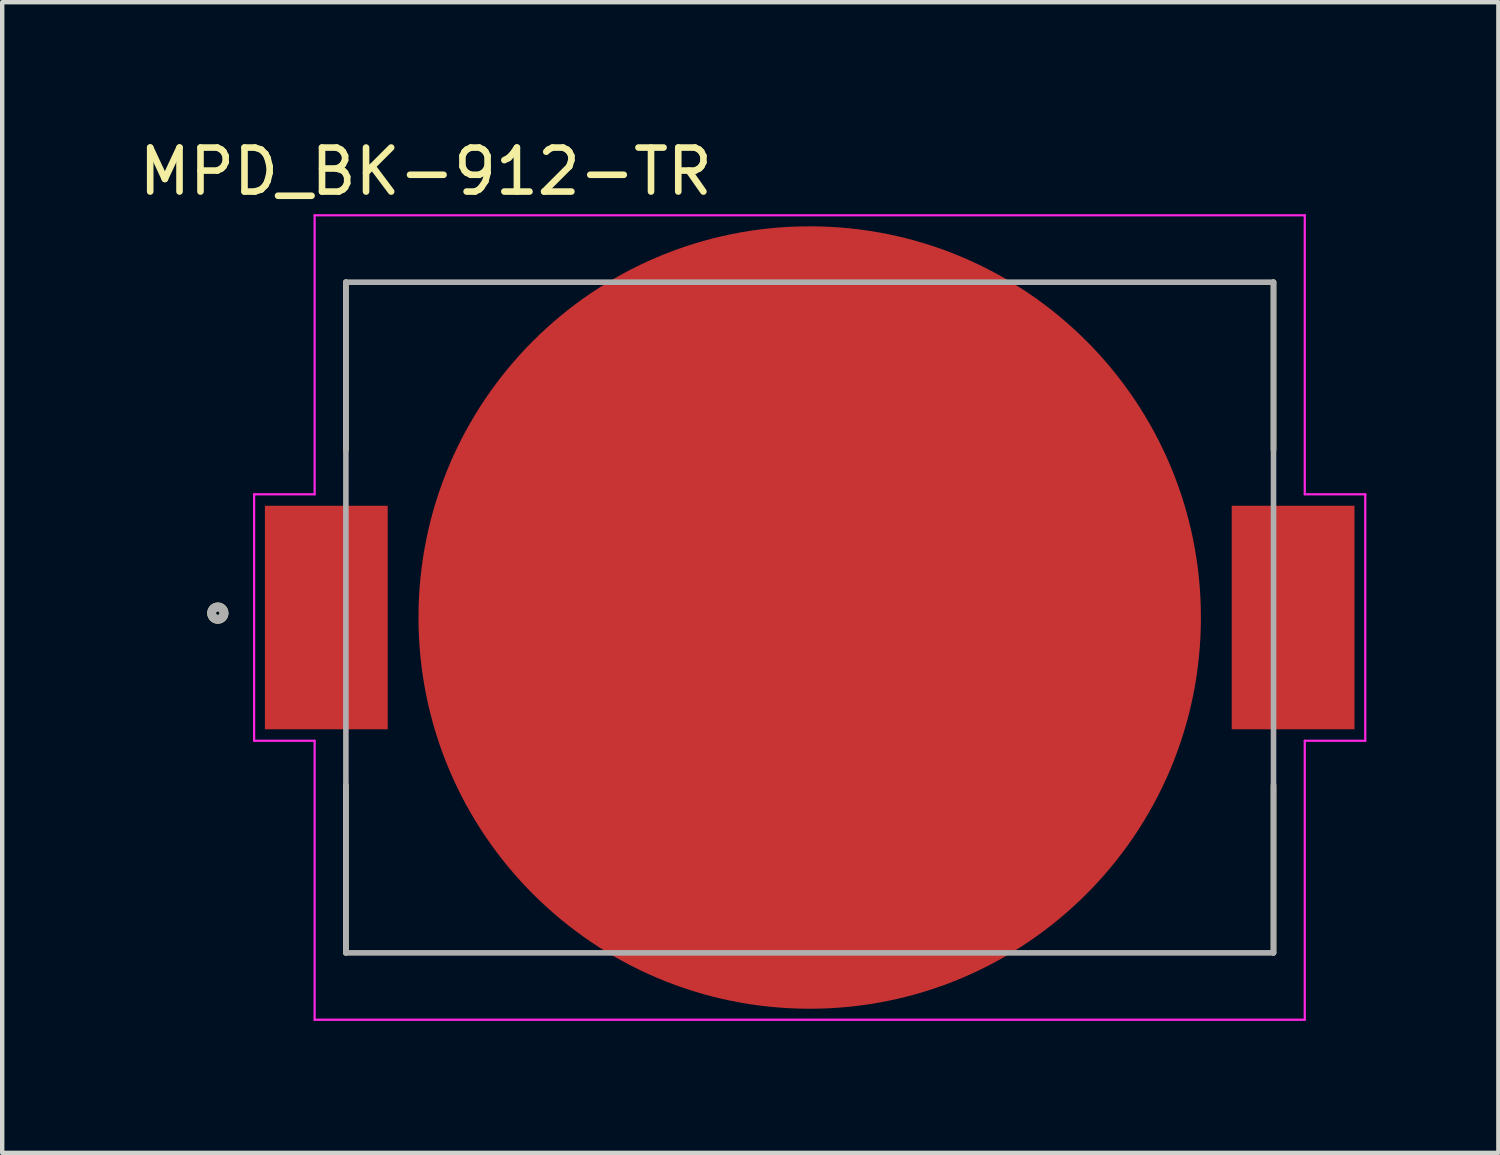
<source format=kicad_pcb>
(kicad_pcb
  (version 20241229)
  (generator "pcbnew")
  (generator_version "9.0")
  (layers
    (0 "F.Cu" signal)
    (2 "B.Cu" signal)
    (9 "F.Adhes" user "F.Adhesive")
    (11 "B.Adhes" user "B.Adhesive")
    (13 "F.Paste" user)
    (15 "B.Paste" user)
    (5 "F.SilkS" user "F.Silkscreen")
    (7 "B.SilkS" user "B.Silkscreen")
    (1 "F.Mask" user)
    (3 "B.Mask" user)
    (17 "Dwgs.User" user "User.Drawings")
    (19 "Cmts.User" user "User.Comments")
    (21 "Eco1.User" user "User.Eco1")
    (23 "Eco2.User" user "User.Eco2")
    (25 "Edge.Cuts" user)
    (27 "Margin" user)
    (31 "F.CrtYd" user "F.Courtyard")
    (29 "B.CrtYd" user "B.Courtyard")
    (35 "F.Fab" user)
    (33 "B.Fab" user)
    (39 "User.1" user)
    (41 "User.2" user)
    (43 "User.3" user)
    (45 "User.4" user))
  (footprint "MPD_BK-912-TR"
    (layer "F.Cu")
    (at 15.35 10.983)
    (property "Reference" "MPD_BK-912-TR" (at -8.725 -10.135 0) (layer "F.SilkS") (effects (font (size 1 1) (thickness 0.15))))
    (attr through_hole)
    (fp_line (start -10.54 -3.81) (end -10.54 -7.62) (stroke (width 0.127) (type solid)) (layer "F.SilkS"))
    (fp_line (start -10.54 7.62) (end -10.54 3.81) (stroke (width 0.127) (type solid)) (layer "F.SilkS"))
    (fp_line (start 10.54 -7.62) (end 10.54 -3.81) (stroke (width 0.127) (type solid)) (layer "F.SilkS"))
    (fp_line (start 10.54 3.81) (end 10.54 7.62) (stroke (width 0.127) (type solid)) (layer "F.SilkS"))
    (fp_circle (center -13.45 -0.1) (end -13.309 -0.1) (stroke (width 0.2) (type solid)) (fill no) (layer "F.SilkS"))
    (fp_line (start -12.625 -2.8) (end -11.25 -2.8) (stroke (width 0.05) (type solid)) (layer "F.CrtYd"))
    (fp_line (start -12.625 2.8) (end -12.625 -2.8) (stroke (width 0.05) (type solid)) (layer "F.CrtYd"))
    (fp_line (start -11.25 -9.14) (end 11.25 -9.14) (stroke (width 0.05) (type solid)) (layer "F.CrtYd"))
    (fp_line (start -11.25 -2.8) (end -11.25 -9.14) (stroke (width 0.05) (type solid)) (layer "F.CrtYd"))
    (fp_line (start -11.25 2.8) (end -12.625 2.8) (stroke (width 0.05) (type solid)) (layer "F.CrtYd"))
    (fp_line (start -11.25 9.14) (end -11.25 2.8) (stroke (width 0.05) (type solid)) (layer "F.CrtYd"))
    (fp_line (start 11.25 -9.14) (end 11.25 -2.8) (stroke (width 0.05) (type solid)) (layer "F.CrtYd"))
    (fp_line (start 11.25 -2.8) (end 12.625 -2.8) (stroke (width 0.05) (type solid)) (layer "F.CrtYd"))
    (fp_line (start 11.25 2.8) (end 11.25 9.14) (stroke (width 0.05) (type solid)) (layer "F.CrtYd"))
    (fp_line (start 11.25 9.14) (end -11.25 9.14) (stroke (width 0.05) (type solid)) (layer "F.CrtYd"))
    (fp_line (start 12.625 -2.8) (end 12.625 2.8) (stroke (width 0.05) (type solid)) (layer "F.CrtYd"))
    (fp_line (start 12.625 2.8) (end 11.25 2.8) (stroke (width 0.05) (type solid)) (layer "F.CrtYd"))
    (fp_line (start -10.54 -7.62) (end 10.54 -7.62) (stroke (width 0.127) (type solid)) (layer "F.Fab"))
    (fp_line (start -10.54 7.62) (end -10.54 -7.62) (stroke (width 0.127) (type solid)) (layer "F.Fab"))
    (fp_line (start 10.54 -7.62) (end 10.54 7.62) (stroke (width 0.127) (type solid)) (layer "F.Fab"))
    (fp_line (start 10.54 7.62) (end -10.54 7.62) (stroke (width 0.127) (type solid)) (layer "F.Fab"))
    (fp_circle (center -13.45 -0.1) (end -13.309 -0.1) (stroke (width 0.2) (type solid)) (fill no) (layer "F.Fab"))
    (pad "1" smd rect (at -10.985 0) (size 2.79 5.08) (layers "F.Cu" "F.Mask" "F.Paste"))
    (pad "2" smd rect (at 10.985 0) (size 2.79 5.08) (layers "F.Cu" "F.Mask" "F.Paste"))
    (pad "3" smd circle (at 0 0) (size 17.78 17.78) (layers "F.Cu" "F.Mask" "F.Paste")))
  (gr_rect
    (start -3 -3)
    (end 31 23.148)
    (stroke (width 0.1) (type default))
    (fill no)
    (layer "Edge.Cuts")))
</source>
